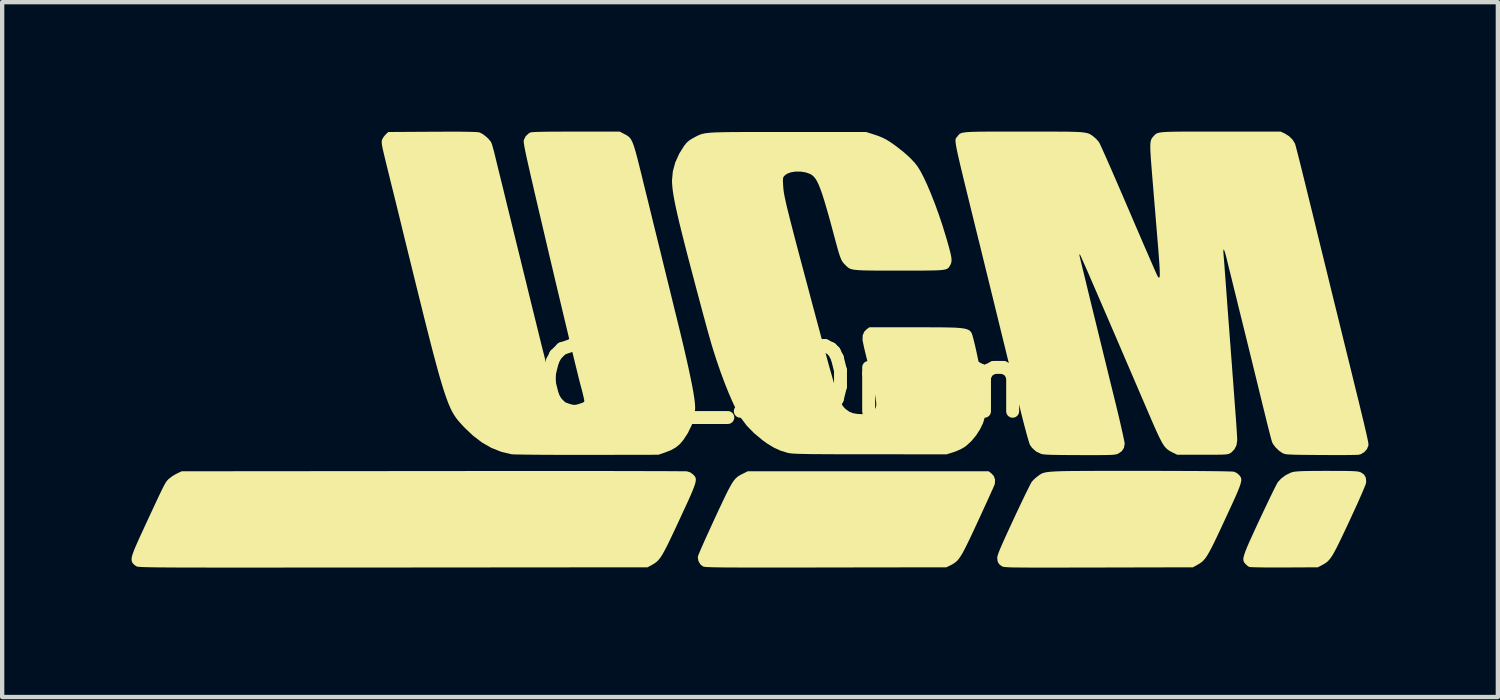
<source format=kicad_pcb>
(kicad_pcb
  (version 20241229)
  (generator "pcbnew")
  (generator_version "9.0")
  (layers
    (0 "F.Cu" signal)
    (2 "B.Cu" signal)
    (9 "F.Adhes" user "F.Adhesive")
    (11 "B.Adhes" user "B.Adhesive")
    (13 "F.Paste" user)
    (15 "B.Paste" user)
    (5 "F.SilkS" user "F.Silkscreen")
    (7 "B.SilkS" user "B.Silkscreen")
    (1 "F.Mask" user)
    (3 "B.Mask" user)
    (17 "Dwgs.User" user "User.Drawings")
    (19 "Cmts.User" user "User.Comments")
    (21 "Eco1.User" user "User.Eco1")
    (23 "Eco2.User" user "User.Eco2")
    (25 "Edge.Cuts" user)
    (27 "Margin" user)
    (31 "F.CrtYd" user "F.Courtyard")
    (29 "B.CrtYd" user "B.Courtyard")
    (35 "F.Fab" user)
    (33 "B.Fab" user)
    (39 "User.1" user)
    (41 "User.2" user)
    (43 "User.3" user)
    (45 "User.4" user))
  (footprint "UCM_10mm"
    (layer "F.Cu")
    (at 14.293 5.794)
    (property "Reference" "UCM_10mm" (at 0 0 0) (layer "F.SilkS") (effects (font (size 1.524 1.524) (thickness 0.3))))
    (attr board_only exclude_from_pos_files exclude_from_bom)
    (fp_poly (pts (xy 5.635 2.126) (xy 5.694 2.19) (xy 5.724 2.272) (xy 5.72 2.364) (xy 5.712 2.392) (xy 5.698 2.424) (xy 5.671 2.488) (xy 5.63 2.578) (xy 5.579 2.691) (xy 5.519 2.823) (xy 5.451 2.971) (xy 5.378 3.13) (xy 5.323 3.249) (xy 5.229 3.452) (xy 5.149 3.622) (xy 5.08 3.764) (xy 5.022 3.88) (xy 4.972 3.974) (xy 4.927 4.048) (xy 4.887 4.106) (xy 4.849 4.152) (xy 4.81 4.187) (xy 4.77 4.216) (xy 4.727 4.242) (xy 4.691 4.26) (xy 4.595 4.307) (xy 1.803 4.311) (xy 1.418 4.312) (xy 1.07 4.312) (xy 0.756 4.313) (xy 0.475 4.313) (xy 0.225 4.313) (xy 0.004 4.313) (xy -0.19 4.312) (xy -0.358 4.311) (xy -0.502 4.311) (xy -0.625 4.309) (xy -0.728 4.308) (xy -0.812 4.306) (xy -0.881 4.304) (xy -0.934 4.302) (xy -0.976 4.299) (xy -1.006 4.296) (xy -1.028 4.292) (xy -1.043 4.288) (xy -1.049 4.286) (xy -1.11 4.236) (xy -1.151 4.164) (xy -1.166 4.084) (xy -1.164 4.056) (xy -1.154 4.026) (xy -1.129 3.965) (xy -1.092 3.877) (xy -1.043 3.766) (xy -0.984 3.634) (xy -0.917 3.487) (xy -0.844 3.327) (xy -0.774 3.174) (xy -0.679 2.97) (xy -0.598 2.798) (xy -0.529 2.654) (xy -0.471 2.536) (xy -0.42 2.441) (xy -0.377 2.365) (xy -0.337 2.305) (xy -0.3 2.259) (xy -0.263 2.223) (xy -0.225 2.193) (xy -0.184 2.168) (xy -0.137 2.144) (xy -0.124 2.138) (xy -0.01 2.081) (xy 5.573 2.081)) (stroke (width 0) (type solid)) (fill yes) (layer "F.SilkS"))
    (fp_poly (pts (xy 13.428 2.072) (xy 13.613 2.073) (xy 13.763 2.073) (xy 13.883 2.074) (xy 13.977 2.076) (xy 14.048 2.079) (xy 14.102 2.083) (xy 14.142 2.088) (xy 14.172 2.095) (xy 14.197 2.104) (xy 14.207 2.108) (xy 14.279 2.158) (xy 14.319 2.229) (xy 14.328 2.321) (xy 14.325 2.346) (xy 14.315 2.383) (xy 14.288 2.452) (xy 14.247 2.551) (xy 14.192 2.676) (xy 14.126 2.826) (xy 14.047 2.998) (xy 13.959 3.189) (xy 13.939 3.233) (xy 13.844 3.435) (xy 13.763 3.606) (xy 13.694 3.748) (xy 13.636 3.864) (xy 13.586 3.958) (xy 13.542 4.034) (xy 13.502 4.093) (xy 13.465 4.139) (xy 13.429 4.175) (xy 13.391 4.205) (xy 13.349 4.231) (xy 13.304 4.256) (xy 13.208 4.307) (xy 12.431 4.311) (xy 12.261 4.311) (xy 12.102 4.311) (xy 11.958 4.31) (xy 11.834 4.308) (xy 11.733 4.306) (xy 11.661 4.303) (xy 11.622 4.3) (xy 11.616 4.299) (xy 11.577 4.274) (xy 11.533 4.234) (xy 11.53 4.231) (xy 11.508 4.205) (xy 11.491 4.179) (xy 11.482 4.15) (xy 11.479 4.114) (xy 11.486 4.068) (xy 11.502 4.009) (xy 11.528 3.934) (xy 11.566 3.84) (xy 11.616 3.724) (xy 11.68 3.583) (xy 11.758 3.413) (xy 11.851 3.212) (xy 11.855 3.204) (xy 11.933 3.038) (xy 12.008 2.88) (xy 12.078 2.734) (xy 12.14 2.605) (xy 12.194 2.496) (xy 12.237 2.411) (xy 12.267 2.353) (xy 12.281 2.331) (xy 12.359 2.247) (xy 12.46 2.172) (xy 12.572 2.116) (xy 12.627 2.098) (xy 12.666 2.091) (xy 12.722 2.085) (xy 12.799 2.08) (xy 12.899 2.076) (xy 13.027 2.074) (xy 13.186 2.073) (xy 13.378 2.072)) (stroke (width 0) (type solid)) (fill yes) (layer "F.SilkS"))
    (fp_poly (pts (xy 8.95 2.072) (xy 9.104 2.072) (xy 9.478 2.072) (xy 9.819 2.073) (xy 10.124 2.074) (xy 10.394 2.075) (xy 10.629 2.077) (xy 10.828 2.079) (xy 10.99 2.081) (xy 11.115 2.084) (xy 11.204 2.087) (xy 11.254 2.09) (xy 11.265 2.092) (xy 11.326 2.12) (xy 11.38 2.165) (xy 11.385 2.17) (xy 11.405 2.196) (xy 11.421 2.221) (xy 11.43 2.249) (xy 11.433 2.284) (xy 11.427 2.327) (xy 11.412 2.382) (xy 11.388 2.453) (xy 11.352 2.542) (xy 11.305 2.653) (xy 11.244 2.788) (xy 11.169 2.951) (xy 11.079 3.145) (xy 11.055 3.198) (xy 10.959 3.404) (xy 10.877 3.578) (xy 10.807 3.724) (xy 10.748 3.843) (xy 10.696 3.941) (xy 10.651 4.019) (xy 10.611 4.08) (xy 10.573 4.129) (xy 10.536 4.167) (xy 10.498 4.198) (xy 10.457 4.225) (xy 10.414 4.25) (xy 10.312 4.307) (xy 8.125 4.312) (xy 7.788 4.313) (xy 7.488 4.313) (xy 7.223 4.314) (xy 6.989 4.314) (xy 6.785 4.314) (xy 6.609 4.314) (xy 6.458 4.313) (xy 6.331 4.312) (xy 6.225 4.311) (xy 6.138 4.31) (xy 6.068 4.308) (xy 6.013 4.305) (xy 5.971 4.302) (xy 5.939 4.299) (xy 5.916 4.295) (xy 5.9 4.291) (xy 5.888 4.285) (xy 5.877 4.28) (xy 5.876 4.279) (xy 5.816 4.231) (xy 5.784 4.171) (xy 5.774 4.089) (xy 5.774 4.086) (xy 5.778 4.06) (xy 5.788 4.022) (xy 5.806 3.969) (xy 5.834 3.898) (xy 5.873 3.807) (xy 5.923 3.693) (xy 5.987 3.552) (xy 6.065 3.383) (xy 6.151 3.197) (xy 6.229 3.03) (xy 6.304 2.872) (xy 6.373 2.727) (xy 6.435 2.598) (xy 6.489 2.49) (xy 6.531 2.405) (xy 6.561 2.348) (xy 6.575 2.325) (xy 6.619 2.276) (xy 6.678 2.223) (xy 6.712 2.197) (xy 6.737 2.178) (xy 6.761 2.161) (xy 6.784 2.146) (xy 6.81 2.132) (xy 6.84 2.121) (xy 6.876 2.111) (xy 6.922 2.102) (xy 6.978 2.095) (xy 7.047 2.089) (xy 7.132 2.084) (xy 7.234 2.08) (xy 7.357 2.077) (xy 7.501 2.075) (xy 7.669 2.074) (xy 7.864 2.073) (xy 8.087 2.072) (xy 8.341 2.072) (xy 8.628 2.072)) (stroke (width 0) (type solid)) (fill yes) (layer "F.SilkS"))
    (fp_poly (pts (xy -4.667 2.075) (xy -4.276 2.075) (xy -3.903 2.075) (xy -3.55 2.075) (xy -3.219 2.075) (xy -2.911 2.076) (xy -2.627 2.076) (xy -2.37 2.077) (xy -2.14 2.077) (xy -1.939 2.078) (xy -1.769 2.079) (xy -1.63 2.08) (xy -1.526 2.08) (xy -1.456 2.081) (xy -1.423 2.082) (xy -1.421 2.082) (xy -1.342 2.106) (xy -1.274 2.157) (xy -1.27 2.16) (xy -1.246 2.186) (xy -1.228 2.211) (xy -1.216 2.239) (xy -1.212 2.273) (xy -1.216 2.316) (xy -1.229 2.371) (xy -1.253 2.441) (xy -1.287 2.53) (xy -1.334 2.64) (xy -1.394 2.775) (xy -1.469 2.936) (xy -1.558 3.129) (xy -1.597 3.213) (xy -1.692 3.418) (xy -1.774 3.591) (xy -1.843 3.735) (xy -1.902 3.853) (xy -1.953 3.949) (xy -1.997 4.026) (xy -2.037 4.086) (xy -2.075 4.133) (xy -2.111 4.171) (xy -2.149 4.201) (xy -2.19 4.228) (xy -2.228 4.25) (xy -2.331 4.307) (xy -8.23 4.312) (xy -8.794 4.312) (xy -9.321 4.313) (xy -9.811 4.313) (xy -10.268 4.313) (xy -10.691 4.313) (xy -11.082 4.314) (xy -11.442 4.314) (xy -11.773 4.314) (xy -12.076 4.314) (xy -12.352 4.314) (xy -12.602 4.313) (xy -12.828 4.313) (xy -13.031 4.312) (xy -13.213 4.312) (xy -13.373 4.311) (xy -13.515 4.31) (xy -13.638 4.309) (xy -13.745 4.308) (xy -13.836 4.306) (xy -13.914 4.305) (xy -13.978 4.303) (xy -14.031 4.301) (xy -14.074 4.299) (xy -14.107 4.297) (xy -14.133 4.295) (xy -14.152 4.292) (xy -14.167 4.289) (xy -14.177 4.286) (xy -14.184 4.282) (xy -14.19 4.279) (xy -14.237 4.244) (xy -14.27 4.207) (xy -14.272 4.204) (xy -14.285 4.176) (xy -14.292 4.146) (xy -14.293 4.111) (xy -14.287 4.067) (xy -14.272 4.012) (xy -14.247 3.941) (xy -14.211 3.851) (xy -14.162 3.74) (xy -14.101 3.603) (xy -14.024 3.437) (xy -13.959 3.296) (xy -13.863 3.089) (xy -13.781 2.913) (xy -13.712 2.766) (xy -13.655 2.645) (xy -13.608 2.547) (xy -13.57 2.47) (xy -13.539 2.409) (xy -13.514 2.364) (xy -13.493 2.329) (xy -13.474 2.304) (xy -13.457 2.284) (xy -13.44 2.267) (xy -13.423 2.251) (xy -13.361 2.203) (xy -13.285 2.156) (xy -13.239 2.132) (xy -13.132 2.081) (xy -7.319 2.076) (xy -6.848 2.076) (xy -6.387 2.075) (xy -5.937 2.075) (xy -5.499 2.075) (xy -5.075 2.075)) (stroke (width 0) (type solid)) (fill yes) (layer "F.SilkS"))
    (fp_poly (pts (xy -2.875 -5.74) (xy -2.832 -5.717) (xy -2.795 -5.695) (xy -2.763 -5.67) (xy -2.734 -5.639) (xy -2.707 -5.599) (xy -2.682 -5.546) (xy -2.655 -5.478) (xy -2.627 -5.39) (xy -2.596 -5.281) (xy -2.56 -5.146) (xy -2.519 -4.982) (xy -2.47 -4.786) (xy -2.437 -4.649) (xy -2.383 -4.429) (xy -2.322 -4.183) (xy -2.258 -3.923) (xy -2.194 -3.659) (xy -2.13 -3.4) (xy -2.07 -3.158) (xy -2.017 -2.942) (xy -2.013 -2.926) (xy -1.963 -2.72) (xy -1.909 -2.5) (xy -1.853 -2.273) (xy -1.797 -2.047) (xy -1.745 -1.833) (xy -1.697 -1.637) (xy -1.655 -1.469) (xy -1.65 -1.448) (xy -1.566 -1.104) (xy -1.492 -0.794) (xy -1.428 -0.518) (xy -1.374 -0.274) (xy -1.329 -0.06) (xy -1.292 0.125) (xy -1.264 0.283) (xy -1.244 0.415) (xy -1.232 0.524) (xy -1.228 0.611) (xy -1.228 0.62) (xy -1.247 0.811) (xy -1.304 1.003) (xy -1.399 1.198) (xy -1.504 1.358) (xy -1.586 1.454) (xy -1.679 1.53) (xy -1.792 1.593) (xy -1.928 1.646) (xy -2.081 1.698) (xy -3.731 1.701) (xy -3.994 1.701) (xy -4.244 1.701) (xy -4.479 1.7) (xy -4.696 1.699) (xy -4.893 1.698) (xy -5.067 1.696) (xy -5.215 1.694) (xy -5.333 1.692) (xy -5.421 1.69) (xy -5.474 1.687) (xy -5.486 1.686) (xy -5.725 1.629) (xy -5.952 1.539) (xy -6.168 1.415) (xy -6.377 1.256) (xy -6.563 1.08) (xy -6.61 1.031) (xy -6.653 0.984) (xy -6.694 0.939) (xy -6.733 0.893) (xy -6.77 0.844) (xy -6.805 0.793) (xy -6.84 0.736) (xy -6.875 0.672) (xy -6.909 0.6) (xy -6.944 0.518) (xy -6.98 0.424) (xy -7.018 0.318) (xy -7.058 0.198) (xy -7.1 0.061) (xy -7.146 -0.093) (xy -7.195 -0.266) (xy -7.247 -0.46) (xy -7.305 -0.676) (xy -7.367 -0.916) (xy -7.434 -1.18) (xy -7.508 -1.472) (xy -7.587 -1.792) (xy -7.674 -2.142) (xy -7.768 -2.523) (xy -7.87 -2.937) (xy -7.98 -3.385) (xy -8.076 -3.779) (xy -8.119 -3.955) (xy -8.167 -4.15) (xy -8.217 -4.352) (xy -8.266 -4.548) (xy -8.31 -4.728) (xy -8.339 -4.844) (xy -8.383 -5.024) (xy -8.419 -5.171) (xy -8.447 -5.289) (xy -8.468 -5.381) (xy -8.483 -5.452) (xy -8.491 -5.505) (xy -8.494 -5.544) (xy -8.493 -5.573) (xy -8.489 -5.596) (xy -8.481 -5.617) (xy -8.451 -5.669) (xy -8.408 -5.721) (xy -8.4 -5.729) (xy -8.343 -5.784) (xy -7.322 -5.79) (xy -7.066 -5.791) (xy -6.846 -5.791) (xy -6.661 -5.791) (xy -6.511 -5.789) (xy -6.394 -5.786) (xy -6.308 -5.783) (xy -6.252 -5.778) (xy -6.228 -5.774) (xy -6.165 -5.744) (xy -6.093 -5.692) (xy -6.024 -5.63) (xy -5.971 -5.567) (xy -5.957 -5.544) (xy -5.941 -5.505) (xy -5.921 -5.438) (xy -5.898 -5.355) (xy -5.882 -5.294) (xy -5.866 -5.228) (xy -5.843 -5.132) (xy -5.813 -5.009) (xy -5.778 -4.866) (xy -5.739 -4.709) (xy -5.698 -4.543) (xy -5.659 -4.384) (xy -5.617 -4.21) (xy -5.567 -4.007) (xy -5.512 -3.783) (xy -5.454 -3.547) (xy -5.395 -3.306) (xy -5.337 -3.07) (xy -5.281 -2.845) (xy -5.257 -2.743) (xy -5.157 -2.339) (xy -5.067 -1.971) (xy -4.985 -1.637) (xy -4.91 -1.334) (xy -4.843 -1.062) (xy -4.783 -0.818) (xy -4.728 -0.602) (xy -4.68 -0.41) (xy -4.637 -0.242) (xy -4.6 -0.095) (xy -4.566 0.032) (xy -4.537 0.14) (xy -4.511 0.233) (xy -4.489 0.31) (xy -4.469 0.375) (xy -4.452 0.428) (xy -4.436 0.472) (xy -4.421 0.509) (xy -4.408 0.539) (xy -4.395 0.566) (xy -4.383 0.587) (xy -4.329 0.661) (xy -4.262 0.711) (xy -4.172 0.745) (xy -4.147 0.751) (xy -4.038 0.764) (xy -3.937 0.752) (xy -3.854 0.719) (xy -3.826 0.698) (xy -3.799 0.669) (xy -3.784 0.641) (xy -3.78 0.602) (xy -3.784 0.539) (xy -3.785 0.521) (xy -3.795 0.458) (xy -3.813 0.368) (xy -3.838 0.26) (xy -3.868 0.146) (xy -3.884 0.086) (xy -3.899 0.031) (xy -3.922 -0.059) (xy -3.952 -0.182) (xy -3.99 -0.335) (xy -4.034 -0.515) (xy -4.084 -0.721) (xy -4.139 -0.949) (xy -4.198 -1.198) (xy -4.262 -1.464) (xy -4.329 -1.746) (xy -4.399 -2.041) (xy -4.472 -2.347) (xy -4.546 -2.661) (xy -4.596 -2.872) (xy -4.683 -3.242) (xy -4.761 -3.576) (xy -4.832 -3.877) (xy -4.895 -4.146) (xy -4.951 -4.385) (xy -4.999 -4.596) (xy -5.042 -4.78) (xy -5.078 -4.94) (xy -5.109 -5.077) (xy -5.135 -5.193) (xy -5.156 -5.29) (xy -5.172 -5.37) (xy -5.185 -5.435) (xy -5.193 -5.486) (xy -5.199 -5.526) (xy -5.202 -5.555) (xy -5.203 -5.577) (xy -5.201 -5.592) (xy -5.2 -5.598) (xy -5.157 -5.686) (xy -5.082 -5.755) (xy -5.052 -5.772) (xy -5.027 -5.777) (xy -4.973 -5.782) (xy -4.89 -5.786) (xy -4.775 -5.789) (xy -4.627 -5.791) (xy -4.445 -5.792) (xy -4.228 -5.793) (xy -3.994 -5.794) (xy -2.978 -5.794)) (stroke (width 0) (type solid)) (fill yes) (layer "F.SilkS"))
    (fp_poly (pts (xy 0.767 -5.784) (xy 0.911 -5.784) (xy 2.734 -5.784) (xy 2.903 -5.731) (xy 3.016 -5.693) (xy 3.112 -5.654) (xy 3.201 -5.609) (xy 3.294 -5.551) (xy 3.402 -5.476) (xy 3.45 -5.44) (xy 3.61 -5.314) (xy 3.748 -5.19) (xy 3.859 -5.073) (xy 3.927 -4.986) (xy 3.998 -4.871) (xy 4.075 -4.722) (xy 4.157 -4.545) (xy 4.242 -4.343) (xy 4.329 -4.122) (xy 4.415 -3.885) (xy 4.499 -3.637) (xy 4.578 -3.381) (xy 4.615 -3.257) (xy 4.656 -3.111) (xy 4.686 -2.995) (xy 4.706 -2.905) (xy 4.715 -2.836) (xy 4.714 -2.782) (xy 4.704 -2.739) (xy 4.687 -2.7) (xy 4.682 -2.692) (xy 4.666 -2.666) (xy 4.651 -2.644) (xy 4.633 -2.626) (xy 4.609 -2.612) (xy 4.577 -2.6) (xy 4.532 -2.59) (xy 4.473 -2.583) (xy 4.395 -2.578) (xy 4.296 -2.575) (xy 4.172 -2.573) (xy 4.021 -2.571) (xy 3.839 -2.571) (xy 3.624 -2.571) (xy 3.497 -2.571) (xy 3.263 -2.571) (xy 3.064 -2.571) (xy 2.897 -2.572) (xy 2.758 -2.574) (xy 2.645 -2.577) (xy 2.554 -2.582) (xy 2.482 -2.588) (xy 2.426 -2.597) (xy 2.382 -2.608) (xy 2.347 -2.623) (xy 2.319 -2.64) (xy 2.293 -2.662) (xy 2.267 -2.687) (xy 2.248 -2.706) (xy 2.217 -2.738) (xy 2.191 -2.771) (xy 2.168 -2.809) (xy 2.146 -2.858) (xy 2.122 -2.921) (xy 2.096 -3.004) (xy 2.065 -3.113) (xy 2.028 -3.25) (xy 2.002 -3.346) (xy 1.931 -3.611) (xy 1.868 -3.841) (xy 1.811 -4.039) (xy 1.761 -4.207) (xy 1.716 -4.349) (xy 1.674 -4.466) (xy 1.636 -4.561) (xy 1.599 -4.638) (xy 1.563 -4.698) (xy 1.527 -4.744) (xy 1.49 -4.778) (xy 1.451 -4.804) (xy 1.434 -4.813) (xy 1.333 -4.848) (xy 1.22 -4.866) (xy 1.104 -4.867) (xy 0.997 -4.851) (xy 0.906 -4.818) (xy 0.853 -4.781) (xy 0.829 -4.756) (xy 0.815 -4.732) (xy 0.808 -4.7) (xy 0.806 -4.651) (xy 0.81 -4.577) (xy 0.812 -4.537) (xy 0.815 -4.496) (xy 0.819 -4.452) (xy 0.825 -4.404) (xy 0.834 -4.349) (xy 0.846 -4.286) (xy 0.862 -4.211) (xy 0.881 -4.124) (xy 0.905 -4.021) (xy 0.935 -3.902) (xy 0.969 -3.763) (xy 1.011 -3.602) (xy 1.058 -3.418) (xy 1.113 -3.208) (xy 1.176 -2.97) (xy 1.247 -2.703) (xy 1.327 -2.403) (xy 1.416 -2.069) (xy 1.448 -1.947) (xy 1.542 -1.596) (xy 1.627 -1.279) (xy 1.703 -0.996) (xy 1.771 -0.744) (xy 1.832 -0.521) (xy 1.886 -0.325) (xy 1.935 -0.154) (xy 1.977 -0.007) (xy 2.015 0.119) (xy 2.049 0.226) (xy 2.08 0.315) (xy 2.107 0.39) (xy 2.132 0.451) (xy 2.156 0.5) (xy 2.178 0.54) (xy 2.2 0.573) (xy 2.223 0.601) (xy 2.246 0.625) (xy 2.27 0.647) (xy 2.27 0.647) (xy 2.347 0.701) (xy 2.434 0.735) (xy 2.541 0.753) (xy 2.638 0.756) (xy 2.755 0.749) (xy 2.841 0.728) (xy 2.903 0.688) (xy 2.946 0.629) (xy 2.949 0.623) (xy 2.962 0.592) (xy 2.969 0.56) (xy 2.971 0.521) (xy 2.966 0.464) (xy 2.954 0.382) (xy 2.947 0.333) (xy 2.933 0.251) (xy 2.91 0.14) (xy 2.881 0.008) (xy 2.848 -0.136) (xy 2.812 -0.284) (xy 2.787 -0.382) (xy 2.753 -0.518) (xy 2.721 -0.648) (xy 2.693 -0.763) (xy 2.672 -0.86) (xy 2.658 -0.93) (xy 2.652 -0.965) (xy 2.656 -1.07) (xy 2.691 -1.154) (xy 2.751 -1.214) (xy 2.81 -1.257) (xy 3.875 -1.257) (xy 4.127 -1.257) (xy 4.344 -1.256) (xy 4.528 -1.255) (xy 4.682 -1.252) (xy 4.81 -1.248) (xy 4.913 -1.24) (xy 4.995 -1.23) (xy 5.058 -1.216) (xy 5.106 -1.198) (xy 5.141 -1.175) (xy 5.167 -1.147) (xy 5.185 -1.113) (xy 5.199 -1.072) (xy 5.212 -1.025) (xy 5.22 -0.997) (xy 5.265 -0.814) (xy 5.308 -0.619) (xy 5.349 -0.419) (xy 5.386 -0.216) (xy 5.419 -0.018) (xy 5.447 0.173) (xy 5.469 0.351) (xy 5.484 0.51) (xy 5.493 0.646) (xy 5.494 0.755) (xy 5.487 0.825) (xy 5.447 0.961) (xy 5.378 1.104) (xy 5.288 1.245) (xy 5.182 1.374) (xy 5.067 1.481) (xy 5.015 1.52) (xy 4.942 1.562) (xy 4.851 1.604) (xy 4.761 1.638) (xy 4.755 1.64) (xy 4.602 1.688) (xy 2.824 1.687) (xy 2.52 1.687) (xy 2.252 1.686) (xy 2.017 1.686) (xy 1.814 1.685) (xy 1.639 1.684) (xy 1.49 1.683) (xy 1.364 1.681) (xy 1.26 1.679) (xy 1.174 1.677) (xy 1.104 1.674) (xy 1.049 1.671) (xy 1.004 1.667) (xy 0.968 1.663) (xy 0.939 1.658) (xy 0.913 1.653) (xy 0.911 1.652) (xy 0.751 1.603) (xy 0.6 1.534) (xy 0.447 1.442) (xy 0.342 1.367) (xy 0.139 1.199) (xy -0.03 1.026) (xy -0.168 0.844) (xy -0.254 0.696) (xy -0.348 0.503) (xy -0.446 0.279) (xy -0.545 0.032) (xy -0.643 -0.232) (xy -0.737 -0.506) (xy -0.814 -0.747) (xy -0.838 -0.826) (xy -0.862 -0.907) (xy -0.886 -0.992) (xy -0.913 -1.086) (xy -0.942 -1.19) (xy -0.975 -1.31) (xy -1.012 -1.448) (xy -1.056 -1.608) (xy -1.105 -1.793) (xy -1.162 -2.007) (xy -1.228 -2.254) (xy -1.253 -2.35) (xy -1.342 -2.687) (xy -1.421 -2.988) (xy -1.49 -3.258) (xy -1.55 -3.498) (xy -1.602 -3.709) (xy -1.645 -3.896) (xy -1.681 -4.059) (xy -1.71 -4.202) (xy -1.732 -4.326) (xy -1.748 -4.433) (xy -1.758 -4.527) (xy -1.764 -4.609) (xy -1.765 -4.662) (xy -1.746 -4.868) (xy -1.69 -5.076) (xy -1.597 -5.282) (xy -1.486 -5.46) (xy -1.428 -5.533) (xy -1.368 -5.587) (xy -1.29 -5.635) (xy -1.272 -5.645) (xy -1.23 -5.668) (xy -1.192 -5.688) (xy -1.157 -5.705) (xy -1.121 -5.721) (xy -1.083 -5.734) (xy -1.041 -5.745) (xy -0.99 -5.755) (xy -0.93 -5.762) (xy -0.857 -5.769) (xy -0.77 -5.774) (xy -0.664 -5.777) (xy -0.54 -5.78) (xy -0.392 -5.782) (xy -0.22 -5.783) (xy -0.02 -5.784) (xy 0.209 -5.784) (xy 0.471 -5.784)) (stroke (width 0) (type solid)) (fill yes) (layer "F.SilkS"))
    (fp_poly (pts (xy 6.892 -5.794) (xy 7.095 -5.793) (xy 7.268 -5.792) (xy 7.413 -5.791) (xy 7.535 -5.788) (xy 7.634 -5.785) (xy 7.715 -5.78) (xy 7.78 -5.773) (xy 7.831 -5.765) (xy 7.872 -5.755) (xy 7.906 -5.743) (xy 7.934 -5.729) (xy 7.96 -5.712) (xy 7.987 -5.692) (xy 8.006 -5.678) (xy 8.065 -5.627) (xy 8.119 -5.567) (xy 8.134 -5.547) (xy 8.149 -5.519) (xy 8.178 -5.458) (xy 8.219 -5.367) (xy 8.272 -5.249) (xy 8.335 -5.107) (xy 8.407 -4.943) (xy 8.487 -4.76) (xy 8.573 -4.561) (xy 8.665 -4.348) (xy 8.761 -4.125) (xy 8.824 -3.979) (xy 8.921 -3.752) (xy 9.015 -3.534) (xy 9.104 -3.328) (xy 9.186 -3.137) (xy 9.262 -2.964) (xy 9.328 -2.81) (xy 9.385 -2.68) (xy 9.431 -2.575) (xy 9.466 -2.498) (xy 9.487 -2.452) (xy 9.493 -2.44) (xy 9.51 -2.417) (xy 9.523 -2.406) (xy 9.533 -2.41) (xy 9.54 -2.432) (xy 9.543 -2.474) (xy 9.542 -2.539) (xy 9.539 -2.629) (xy 9.532 -2.747) (xy 9.521 -2.896) (xy 9.507 -3.077) (xy 9.489 -3.295) (xy 9.488 -3.304) (xy 9.471 -3.515) (xy 9.452 -3.743) (xy 9.433 -3.977) (xy 9.413 -4.21) (xy 9.395 -4.432) (xy 9.378 -4.634) (xy 9.364 -4.809) (xy 9.362 -4.831) (xy 9.347 -5.021) (xy 9.335 -5.177) (xy 9.327 -5.303) (xy 9.323 -5.402) (xy 9.323 -5.48) (xy 9.327 -5.539) (xy 9.336 -5.585) (xy 9.349 -5.62) (xy 9.367 -5.65) (xy 9.39 -5.677) (xy 9.397 -5.685) (xy 9.416 -5.705) (xy 9.433 -5.723) (xy 9.451 -5.738) (xy 9.472 -5.751) (xy 9.501 -5.761) (xy 9.538 -5.77) (xy 9.587 -5.777) (xy 9.651 -5.783) (xy 9.732 -5.787) (xy 9.833 -5.79) (xy 9.957 -5.792) (xy 10.107 -5.793) (xy 10.284 -5.793) (xy 10.492 -5.794) (xy 10.734 -5.794) (xy 10.948 -5.793) (xy 12.345 -5.793) (xy 12.441 -5.749) (xy 12.539 -5.687) (xy 12.621 -5.607) (xy 12.676 -5.517) (xy 12.677 -5.514) (xy 12.685 -5.489) (xy 12.699 -5.439) (xy 12.719 -5.361) (xy 12.746 -5.257) (xy 12.78 -5.123) (xy 12.821 -4.96) (xy 12.869 -4.765) (xy 12.925 -4.538) (xy 12.989 -4.277) (xy 13.062 -3.982) (xy 13.143 -3.652) (xy 13.17 -3.54) (xy 13.202 -3.407) (xy 13.243 -3.24) (xy 13.291 -3.044) (xy 13.346 -2.822) (xy 13.406 -2.578) (xy 13.47 -2.316) (xy 13.538 -2.038) (xy 13.609 -1.75) (xy 13.682 -1.455) (xy 13.755 -1.157) (xy 13.813 -0.921) (xy 13.898 -0.577) (xy 13.974 -0.269) (xy 14.041 0.006) (xy 14.101 0.25) (xy 14.154 0.464) (xy 14.199 0.651) (xy 14.238 0.813) (xy 14.272 0.951) (xy 14.299 1.068) (xy 14.322 1.165) (xy 14.34 1.245) (xy 14.354 1.309) (xy 14.365 1.36) (xy 14.372 1.399) (xy 14.377 1.429) (xy 14.379 1.451) (xy 14.379 1.467) (xy 14.378 1.48) (xy 14.377 1.49) (xy 14.344 1.569) (xy 14.284 1.636) (xy 14.207 1.683) (xy 14.154 1.698) (xy 14.117 1.7) (xy 14.047 1.702) (xy 13.947 1.704) (xy 13.822 1.705) (xy 13.677 1.705) (xy 13.517 1.705) (xy 13.345 1.704) (xy 13.266 1.704) (xy 13.069 1.702) (xy 12.906 1.701) (xy 12.775 1.699) (xy 12.67 1.697) (xy 12.589 1.694) (xy 12.527 1.691) (xy 12.481 1.687) (xy 12.447 1.681) (xy 12.422 1.674) (xy 12.401 1.666) (xy 12.382 1.656) (xy 12.304 1.602) (xy 12.23 1.531) (xy 12.172 1.455) (xy 12.148 1.41) (xy 12.138 1.377) (xy 12.12 1.313) (xy 12.096 1.221) (xy 12.067 1.107) (xy 12.033 0.975) (xy 11.998 0.831) (xy 11.98 0.758) (xy 11.899 0.429) (xy 11.825 0.125) (xy 11.754 -0.165) (xy 11.685 -0.447) (xy 11.615 -0.731) (xy 11.543 -1.024) (xy 11.466 -1.336) (xy 11.382 -1.674) (xy 11.357 -1.775) (xy 11.311 -1.965) (xy 11.265 -2.148) (xy 11.223 -2.321) (xy 11.184 -2.479) (xy 11.149 -2.618) (xy 11.121 -2.733) (xy 11.1 -2.82) (xy 11.087 -2.874) (xy 11.086 -2.878) (xy 11.061 -2.971) (xy 11.041 -3.032) (xy 11.026 -3.059) (xy 11.018 -3.051) (xy 11.016 -3.007) (xy 11.02 -2.954) (xy 11.024 -2.902) (xy 11.031 -2.817) (xy 11.04 -2.708) (xy 11.049 -2.579) (xy 11.06 -2.439) (xy 11.07 -2.302) (xy 11.082 -2.138) (xy 11.095 -1.964) (xy 11.108 -1.789) (xy 11.12 -1.625) (xy 11.131 -1.483) (xy 11.136 -1.41) (xy 11.145 -1.297) (xy 11.156 -1.154) (xy 11.168 -0.989) (xy 11.182 -0.812) (xy 11.195 -0.631) (xy 11.209 -0.453) (xy 11.213 -0.403) (xy 11.226 -0.218) (xy 11.242 -0.016) (xy 11.257 0.191) (xy 11.272 0.393) (xy 11.286 0.579) (xy 11.298 0.738) (xy 11.299 0.753) (xy 11.31 0.896) (xy 11.319 1.03) (xy 11.327 1.151) (xy 11.333 1.252) (xy 11.337 1.326) (xy 11.338 1.365) (xy 11.321 1.476) (xy 11.273 1.572) (xy 11.199 1.647) (xy 11.185 1.656) (xy 11.165 1.668) (xy 11.143 1.677) (xy 11.116 1.684) (xy 11.079 1.69) (xy 11.027 1.693) (xy 10.956 1.696) (xy 10.862 1.697) (xy 10.739 1.698) (xy 10.584 1.698) (xy 10.532 1.698) (xy 9.947 1.698) (xy 9.839 1.645) (xy 9.791 1.62) (xy 9.749 1.595) (xy 9.711 1.566) (xy 9.674 1.53) (xy 9.638 1.484) (xy 9.6 1.424) (xy 9.559 1.347) (xy 9.511 1.251) (xy 9.456 1.131) (xy 9.391 0.984) (xy 9.315 0.808) (xy 9.252 0.662) (xy 9.062 0.22) (xy 8.887 -0.188) (xy 8.726 -0.562) (xy 8.579 -0.905) (xy 8.445 -1.216) (xy 8.324 -1.498) (xy 8.214 -1.751) (xy 8.117 -1.976) (xy 8.031 -2.175) (xy 7.956 -2.348) (xy 7.892 -2.497) (xy 7.837 -2.622) (xy 7.791 -2.725) (xy 7.755 -2.807) (xy 7.727 -2.869) (xy 7.708 -2.912) (xy 7.695 -2.937) (xy 7.691 -2.945) (xy 7.679 -2.947) (xy 7.682 -2.916) (xy 7.694 -2.866) (xy 7.714 -2.78) (xy 7.743 -2.661) (xy 7.78 -2.51) (xy 7.824 -2.33) (xy 7.874 -2.122) (xy 7.931 -1.888) (xy 7.994 -1.63) (xy 8.063 -1.35) (xy 8.136 -1.051) (xy 8.214 -0.733) (xy 8.296 -0.399) (xy 8.381 -0.051) (xy 8.47 0.31) (xy 8.511 0.476) (xy 8.555 0.657) (xy 8.596 0.829) (xy 8.633 0.988) (xy 8.665 1.13) (xy 8.692 1.25) (xy 8.712 1.345) (xy 8.725 1.41) (xy 8.729 1.442) (xy 8.712 1.538) (xy 8.662 1.615) (xy 8.584 1.669) (xy 8.563 1.679) (xy 8.54 1.686) (xy 8.512 1.692) (xy 8.473 1.697) (xy 8.421 1.701) (xy 8.352 1.703) (xy 8.262 1.705) (xy 8.148 1.706) (xy 8.005 1.706) (xy 7.83 1.706) (xy 7.692 1.706) (xy 7.478 1.705) (xy 7.299 1.704) (xy 7.152 1.702) (xy 7.035 1.7) (xy 6.944 1.696) (xy 6.875 1.692) (xy 6.827 1.686) (xy 6.796 1.679) (xy 6.795 1.679) (xy 6.678 1.624) (xy 6.582 1.539) (xy 6.535 1.472) (xy 6.522 1.44) (xy 6.502 1.378) (xy 6.475 1.285) (xy 6.441 1.16) (xy 6.399 1.003) (xy 6.35 0.812) (xy 6.294 0.588) (xy 6.229 0.328) (xy 6.156 0.032) (xy 6.101 -0.192) (xy 6.038 -0.446) (xy 5.976 -0.699) (xy 5.915 -0.948) (xy 5.856 -1.188) (xy 5.8 -1.417) (xy 5.748 -1.629) (xy 5.701 -1.821) (xy 5.66 -1.988) (xy 5.626 -2.128) (xy 5.599 -2.236) (xy 5.592 -2.264) (xy 5.554 -2.422) (xy 5.508 -2.606) (xy 5.46 -2.803) (xy 5.411 -3.002) (xy 5.365 -3.191) (xy 5.335 -3.309) (xy 5.252 -3.648) (xy 5.177 -3.952) (xy 5.111 -4.222) (xy 5.052 -4.462) (xy 5.001 -4.671) (xy 4.957 -4.854) (xy 4.919 -5.012) (xy 4.888 -5.146) (xy 4.862 -5.259) (xy 4.842 -5.353) (xy 4.827 -5.429) (xy 4.816 -5.491) (xy 4.81 -5.539) (xy 4.807 -5.576) (xy 4.808 -5.604) (xy 4.811 -5.625) (xy 4.817 -5.64) (xy 4.826 -5.653) (xy 4.836 -5.664) (xy 4.847 -5.676) (xy 4.856 -5.687) (xy 4.871 -5.707) (xy 4.886 -5.724) (xy 4.902 -5.739) (xy 4.923 -5.751) (xy 4.951 -5.762) (xy 4.989 -5.77) (xy 5.039 -5.777) (xy 5.104 -5.783) (xy 5.188 -5.787) (xy 5.292 -5.79) (xy 5.419 -5.792) (xy 5.572 -5.793) (xy 5.754 -5.793) (xy 5.967 -5.794) (xy 6.214 -5.794) (xy 6.385 -5.794) (xy 6.656 -5.794)) (stroke (width 0) (type solid)) (fill yes) (layer "F.SilkS")))
  (gr_rect
    (start -3 -3)
    (end 31.673 13.108)
    (stroke (width 0.1) (type default))
    (fill no)
    (layer "Edge.Cuts")))
</source>
